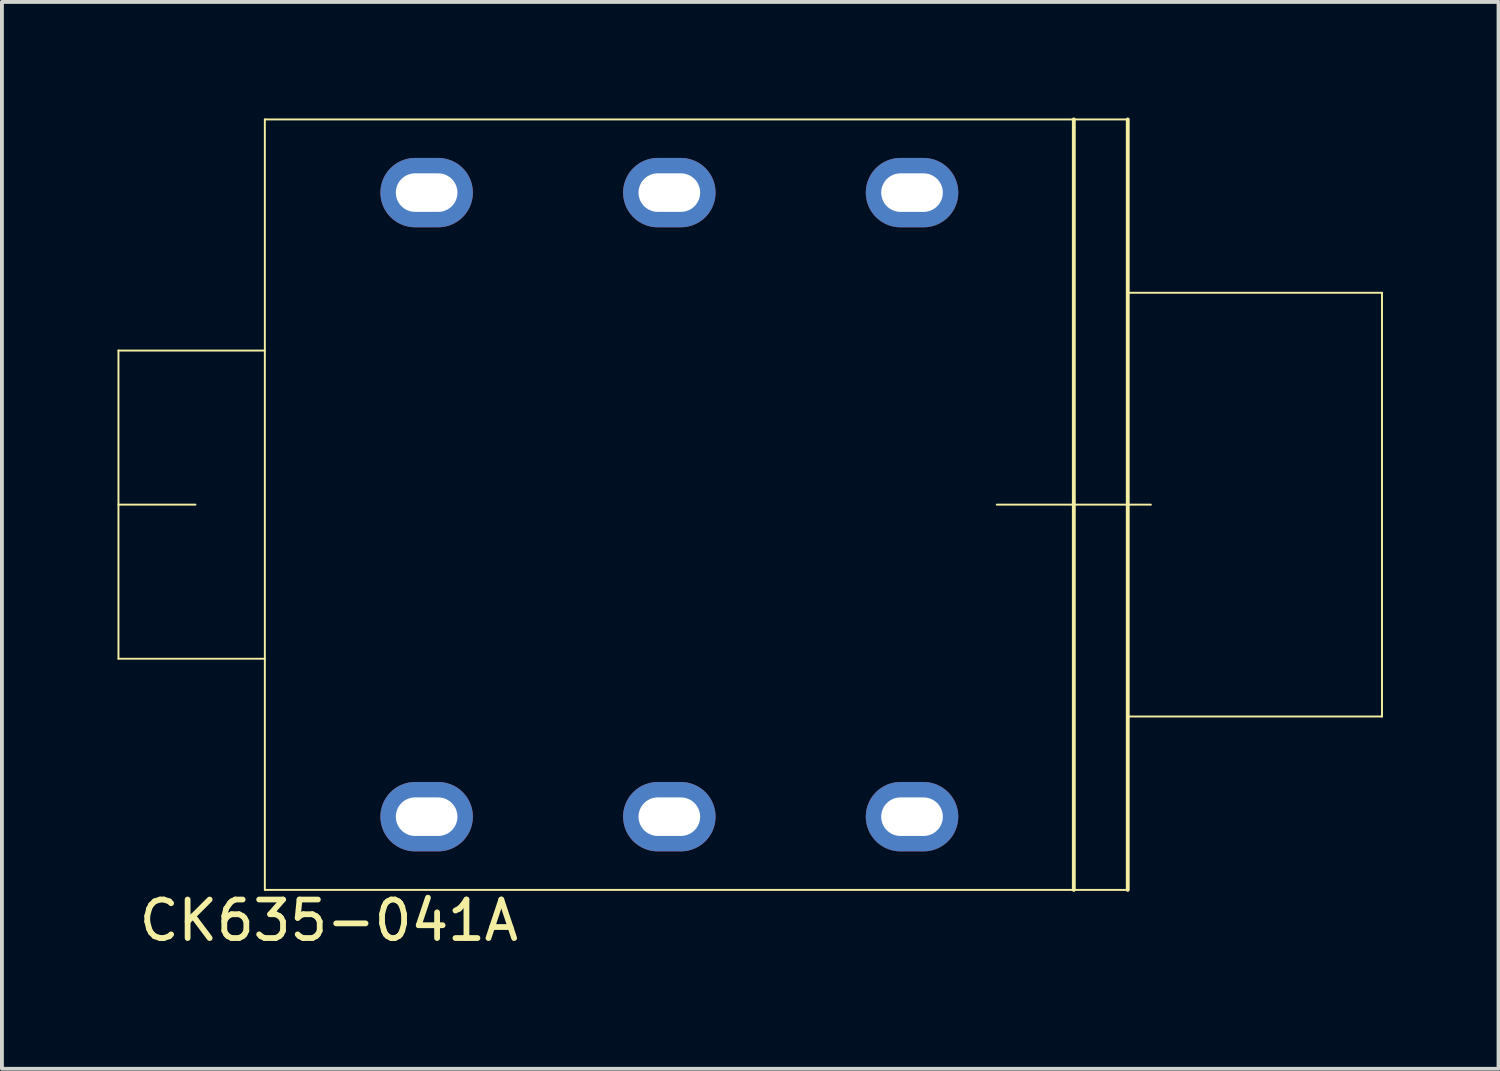
<source format=kicad_pcb>
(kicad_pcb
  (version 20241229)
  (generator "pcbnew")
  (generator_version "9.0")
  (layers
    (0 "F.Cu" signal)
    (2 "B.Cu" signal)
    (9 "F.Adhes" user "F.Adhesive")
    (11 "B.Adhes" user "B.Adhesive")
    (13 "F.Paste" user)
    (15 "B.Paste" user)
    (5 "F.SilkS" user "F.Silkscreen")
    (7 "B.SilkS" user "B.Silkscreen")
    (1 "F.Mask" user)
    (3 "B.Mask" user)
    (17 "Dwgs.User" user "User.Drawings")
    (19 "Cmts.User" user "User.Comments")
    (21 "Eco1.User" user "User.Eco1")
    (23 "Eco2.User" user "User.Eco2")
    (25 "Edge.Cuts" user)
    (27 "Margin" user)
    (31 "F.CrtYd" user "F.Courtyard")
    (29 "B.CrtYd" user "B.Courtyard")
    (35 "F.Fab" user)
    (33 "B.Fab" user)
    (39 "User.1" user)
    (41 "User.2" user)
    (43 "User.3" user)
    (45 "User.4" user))
  (footprint "CK635-041A"
    (layer "F.Cu")
    (at 24.825 10.05)
    (property "Reference" "CK635-041A" (at -19.338 10.796 0) (layer "F.SilkS") (effects (font (size 1 1) (thickness 0.15))))
    (attr through_hole)
    (fp_line (start -24.8 -4) (end -24.8 4) (stroke (width 0.05) (type solid)) (layer "F.SilkS"))
    (fp_line (start -24.8 -4) (end -21 -4) (stroke (width 0.05) (type solid)) (layer "F.SilkS"))
    (fp_line (start -24.8 0) (end -22.8 0) (stroke (width 0.05) (type solid)) (layer "F.SilkS"))
    (fp_line (start -24.8 4) (end -21 4) (stroke (width 0.05) (type solid)) (layer "F.SilkS"))
    (fp_line (start -21 -10) (end -21 10) (stroke (width 0.05) (type solid)) (layer "F.SilkS"))
    (fp_line (start -2 0) (end 2 0) (stroke (width 0.05) (type solid)) (layer "F.SilkS"))
    (fp_line (start 0 -10) (end 0 10) (stroke (width 0.1) (type solid)) (layer "F.SilkS"))
    (fp_line (start 1.4 -10) (end -21 -10) (stroke (width 0.05) (type solid)) (layer "F.SilkS"))
    (fp_line (start 1.4 -10) (end 1.4 10) (stroke (width 0.1) (type solid)) (layer "F.SilkS"))
    (fp_line (start 1.4 10) (end -21 10) (stroke (width 0.05) (type solid)) (layer "F.SilkS"))
    (fp_line (start 8 -5.5) (end 1.4 -5.5) (stroke (width 0.05) (type solid)) (layer "F.SilkS"))
    (fp_line (start 8 -5.5) (end 8 5.5) (stroke (width 0.05) (type solid)) (layer "F.SilkS"))
    (fp_line (start 8 5.5) (end 1.4 5.5) (stroke (width 0.05) (type solid)) (layer "F.SilkS"))
    (pad "R" thru_hole oval (at -10.5 -8.1) (size 2.4 1.8) (drill oval 1.6 1) (layers "*.Cu" "*.Mask"))
    (pad "RN" thru_hole oval (at -10.5 8.1) (size 2.4 1.8) (drill oval 1.6 1) (layers "*.Cu" "*.Mask"))
    (pad "S" thru_hole oval (at -4.2 -8.1) (size 2.4 1.8) (drill oval 1.6 1) (layers "*.Cu" "*.Mask"))
    (pad "SN" thru_hole oval (at -4.2 8.1) (size 2.4 1.8) (drill oval 1.6 1) (layers "*.Cu" "*.Mask"))
    (pad "T" thru_hole oval (at -16.8 -8.1) (size 2.4 1.8) (drill oval 1.6 1) (layers "*.Cu" "*.Mask"))
    (pad "TN" thru_hole oval (at -16.8 8.1) (size 2.4 1.8) (drill oval 1.6 1) (layers "*.Cu" "*.Mask")))
  (gr_rect
    (start -3 -3)
    (end 35.85 24.694)
    (stroke (width 0.1) (type default))
    (fill no)
    (layer "Edge.Cuts")))
</source>
